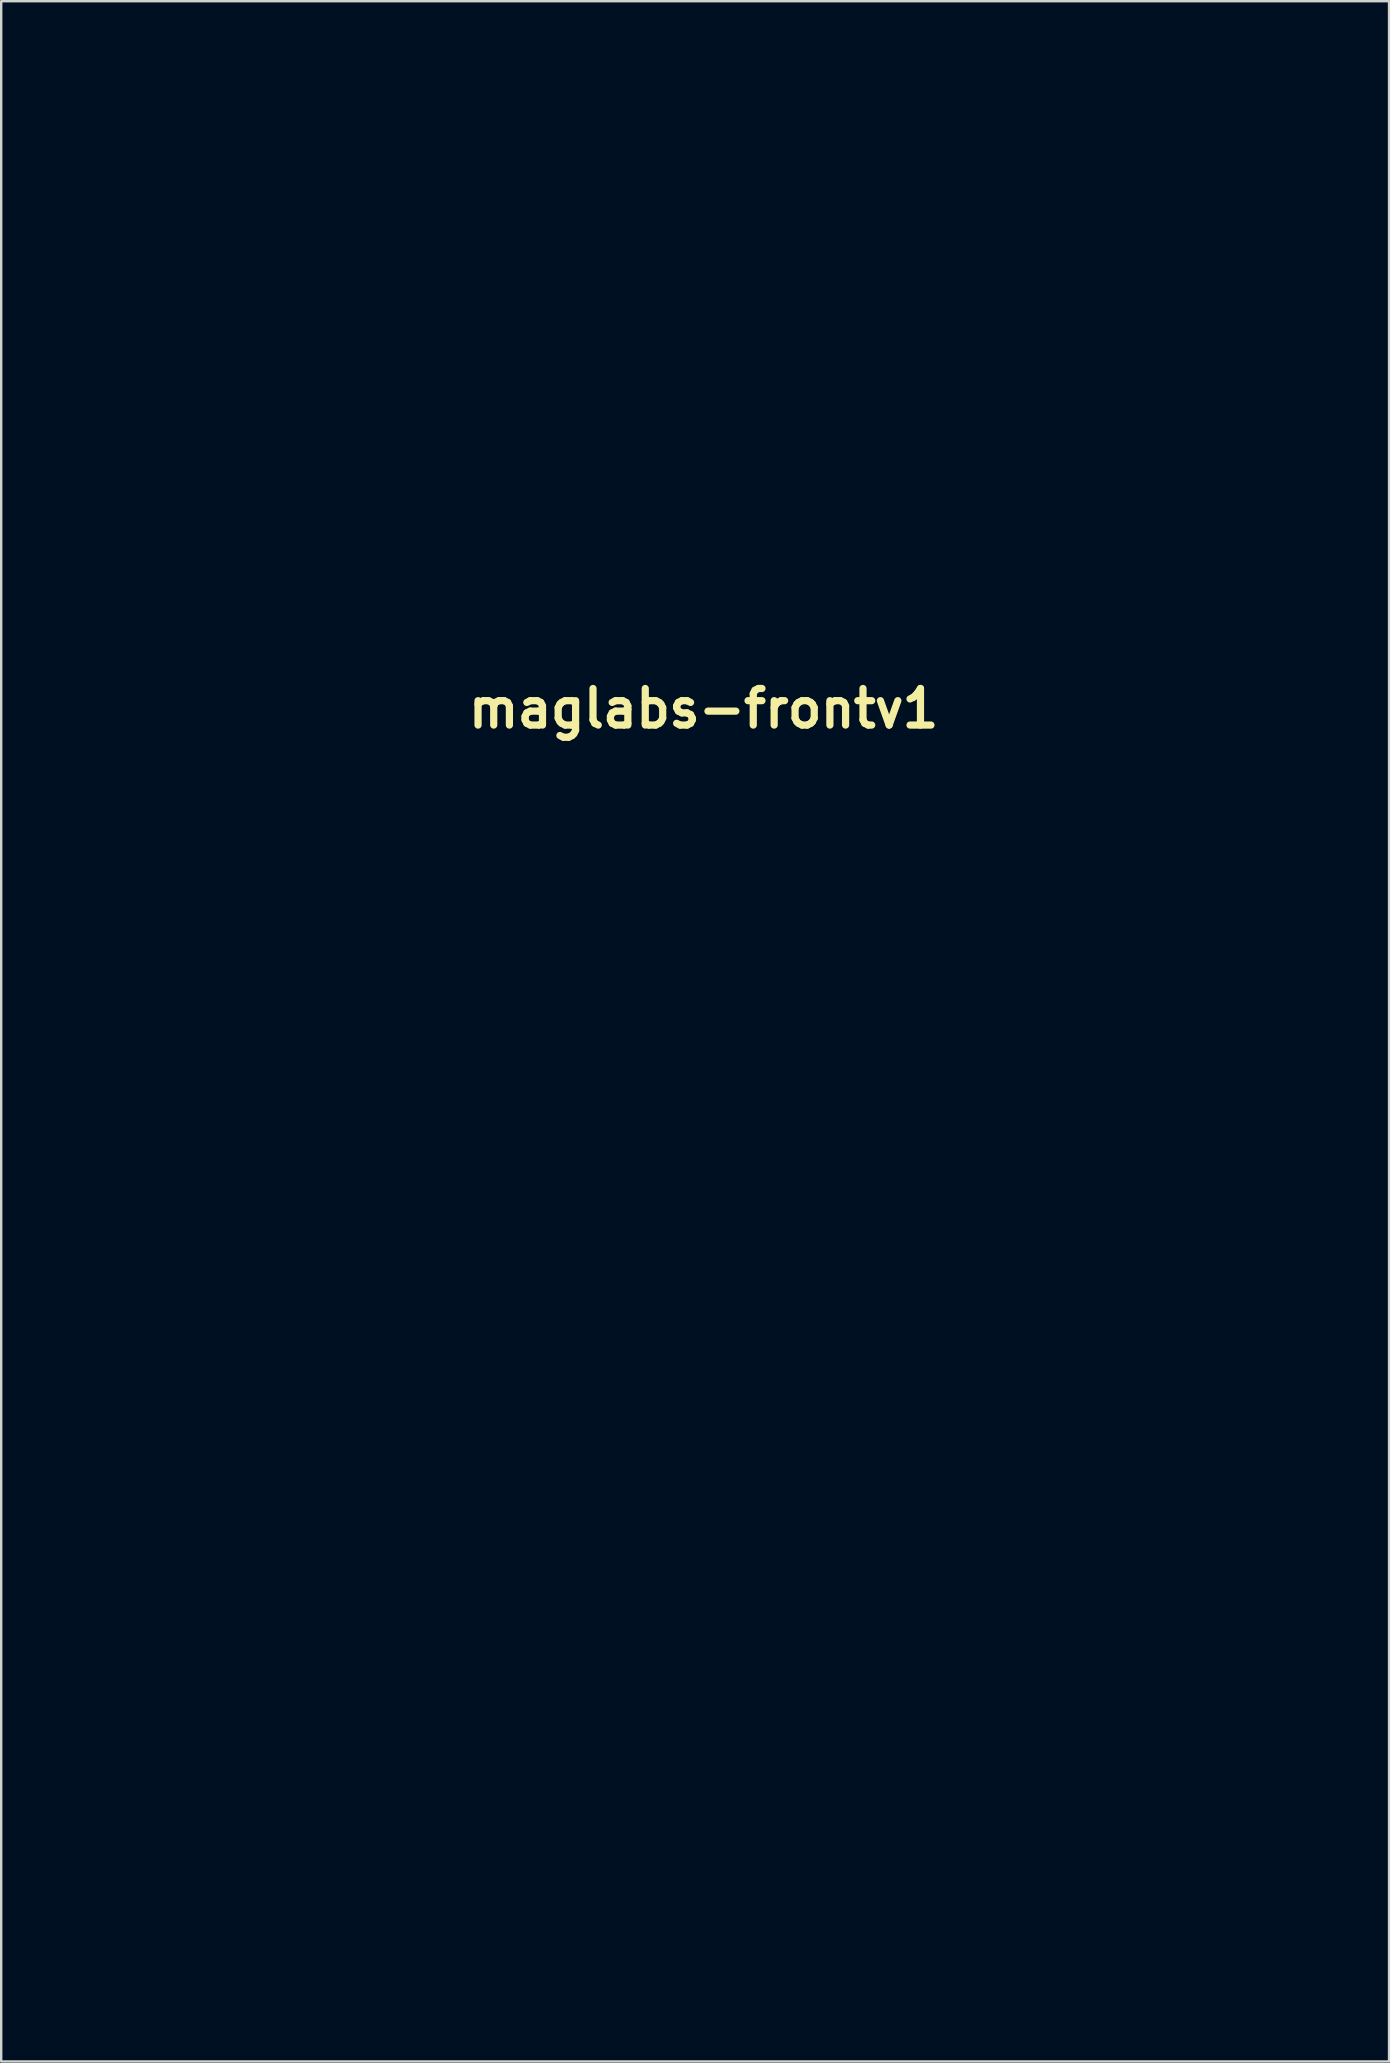
<source format=kicad_pcb>
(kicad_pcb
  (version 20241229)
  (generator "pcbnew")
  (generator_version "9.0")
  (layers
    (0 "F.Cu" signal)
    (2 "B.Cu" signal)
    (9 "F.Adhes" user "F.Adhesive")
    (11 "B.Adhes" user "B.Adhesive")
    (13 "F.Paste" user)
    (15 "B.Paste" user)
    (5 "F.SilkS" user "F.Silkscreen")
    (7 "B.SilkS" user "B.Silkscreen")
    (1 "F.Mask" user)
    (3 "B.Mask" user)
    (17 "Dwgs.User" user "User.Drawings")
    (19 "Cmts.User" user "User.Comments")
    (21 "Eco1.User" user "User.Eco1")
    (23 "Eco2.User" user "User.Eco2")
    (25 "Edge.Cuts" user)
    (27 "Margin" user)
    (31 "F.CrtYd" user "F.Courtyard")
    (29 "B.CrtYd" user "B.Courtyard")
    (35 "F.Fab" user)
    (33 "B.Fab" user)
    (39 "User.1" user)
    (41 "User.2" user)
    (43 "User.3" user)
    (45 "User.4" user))
  (footprint "maglabs-frontv1"
    (layer "F.Cu")
    (at 26.265 26.469)
    (property "Reference" "maglabs-frontv1" (at 0 0 0) (layer "F.SilkS") (effects (font (size 1.524 1.524) (thickness 0.3))))
    (attr through_hole)
    (fp_poly (pts (xy -4.675 -22.22) (xy -4.315 -22.201) (xy -3.962 -22.163) (xy -3.634 -22.109) (xy -3.569 -22.096) (xy -3.056 -21.958) (xy -2.561 -21.774) (xy -2.086 -21.545) (xy -1.636 -21.274) (xy -1.211 -20.963) (xy -0.817 -20.613) (xy -0.454 -20.227) (xy -0.128 -19.807) (xy -0.019 -19.647) (xy 0.255 -19.183) (xy 0.482 -18.702) (xy 0.661 -18.204) (xy 0.791 -17.689) (xy 0.874 -17.158) (xy 0.906 -16.713) (xy 0.901 -16.168) (xy 0.847 -15.634) (xy 0.744 -15.113) (xy 0.595 -14.607) (xy 0.399 -14.119) (xy 0.157 -13.651) (xy -0.129 -13.204) (xy -0.459 -12.782) (xy -0.816 -12.402) (xy -1.146 -12.102) (xy -1.485 -11.84) (xy -1.847 -11.606) (xy -2.245 -11.391) (xy -2.299 -11.364) (xy -2.779 -11.156) (xy -3.266 -10.995) (xy -3.769 -10.878) (xy -4.14 -10.822) (xy -4.278 -10.81) (xy -4.455 -10.802) (xy -4.657 -10.798) (xy -4.873 -10.799) (xy -5.089 -10.804) (xy -5.293 -10.812) (xy -5.472 -10.824) (xy -5.6 -10.838) (xy -6.113 -10.932) (xy -6.613 -11.073) (xy -7.097 -11.26) (xy -7.561 -11.489) (xy -8.003 -11.759) (xy -8.419 -12.067) (xy -8.805 -12.411) (xy -9.16 -12.788) (xy -9.479 -13.196) (xy -9.759 -13.633) (xy -9.762 -13.639) (xy -8.64 -13.639) (xy -8.582 -13.519) (xy -8.529 -13.434) (xy -8.45 -13.334) (xy -8.351 -13.227) (xy -8.241 -13.12) (xy -8.128 -13.02) (xy -8.019 -12.934) (xy -7.923 -12.869) (xy -7.847 -12.833) (xy -7.819 -12.827) (xy -7.792 -12.842) (xy -7.739 -12.88) (xy -7.692 -12.918) (xy -7.604 -12.998) (xy -7.498 -13.105) (xy -7.378 -13.233) (xy -7.249 -13.379) (xy -7.115 -13.536) (xy -6.979 -13.698) (xy -6.848 -13.862) (xy -6.724 -14.02) (xy -6.613 -14.168) (xy -6.518 -14.301) (xy -6.444 -14.412) (xy -6.395 -14.498) (xy -6.376 -14.551) (xy -6.375 -14.555) (xy -6.393 -14.599) (xy -6.44 -14.665) (xy -6.507 -14.743) (xy -6.584 -14.822) (xy -6.66 -14.891) (xy -6.728 -14.941) (xy -6.739 -14.947) (xy -6.827 -14.994) (xy -6.963 -14.924) (xy -7.105 -14.844) (xy -7.269 -14.744) (xy -7.446 -14.627) (xy -7.632 -14.5) (xy -7.819 -14.365) (xy -8 -14.23) (xy -8.169 -14.097) (xy -8.32 -13.973) (xy -8.446 -13.862) (xy -8.54 -13.769) (xy -8.588 -13.713) (xy -8.64 -13.639) (xy -9.762 -13.639) (xy -9.944 -13.983) (xy -10.146 -14.445) (xy -10.301 -14.907) (xy -10.414 -15.375) (xy -10.448 -15.613) (xy -2.919 -15.613) (xy -2.913 -15.562) (xy -2.887 -15.524) (xy -2.836 -15.478) (xy -2.749 -15.417) (xy -2.626 -15.343) (xy -2.473 -15.261) (xy -2.298 -15.173) (xy -2.108 -15.082) (xy -1.91 -14.991) (xy -1.71 -14.905) (xy -1.517 -14.825) (xy -1.336 -14.754) (xy -1.176 -14.697) (xy -1.043 -14.656) (xy -0.945 -14.634) (xy -0.912 -14.631) (xy -0.845 -14.648) (xy -0.805 -14.676) (xy -0.744 -14.765) (xy -0.684 -14.891) (xy -0.63 -15.04) (xy -0.583 -15.2) (xy -0.549 -15.36) (xy -0.529 -15.506) (xy -0.527 -15.627) (xy -0.536 -15.683) (xy -0.558 -15.737) (xy -0.595 -15.775) (xy -0.662 -15.808) (xy -0.693 -15.82) (xy -0.821 -15.86) (xy -0.992 -15.904) (xy -1.196 -15.95) (xy -1.425 -15.995) (xy -1.671 -16.038) (xy -1.924 -16.078) (xy -2.178 -16.112) (xy -2.209 -16.116) (xy -2.385 -16.136) (xy -2.518 -16.149) (xy -2.615 -16.154) (xy -2.684 -16.15) (xy -2.733 -16.137) (xy -2.767 -16.114) (xy -2.792 -16.088) (xy -2.851 -15.984) (xy -2.892 -15.841) (xy -2.913 -15.695) (xy -2.919 -15.613) (xy -10.448 -15.613) (xy -10.484 -15.858) (xy -10.514 -16.365) (xy -10.515 -16.519) (xy -10.502 -16.95) (xy -10.463 -17.352) (xy -10.395 -17.738) (xy -10.296 -18.123) (xy -10.233 -18.321) (xy -10.041 -18.82) (xy -9.807 -19.293) (xy -9.532 -19.738) (xy -9.221 -20.153) (xy -8.874 -20.536) (xy -8.85 -20.558) (xy -6.587 -20.558) (xy -6.556 -20.398) (xy -6.525 -20.27) (xy -6.481 -20.114) (xy -6.424 -19.935) (xy -6.357 -19.741) (xy -6.284 -19.54) (xy -6.207 -19.337) (xy -6.129 -19.141) (xy -6.053 -18.957) (xy -5.98 -18.793) (xy -5.915 -18.656) (xy -5.859 -18.553) (xy -5.815 -18.49) (xy -5.812 -18.486) (xy -5.767 -18.458) (xy -5.702 -18.451) (xy -5.61 -18.465) (xy -5.482 -18.5) (xy -5.461 -18.506) (xy -5.37 -18.54) (xy -5.284 -18.581) (xy -5.264 -18.592) (xy -5.182 -18.643) (xy -5.182 -18.98) (xy -5.186 -19.212) (xy -5.198 -19.45) (xy -5.216 -19.689) (xy -5.24 -19.921) (xy -5.269 -20.142) (xy -5.302 -20.345) (xy -5.338 -20.523) (xy -5.376 -20.671) (xy -5.415 -20.783) (xy -5.455 -20.853) (xy -5.47 -20.867) (xy -5.532 -20.893) (xy -5.61 -20.904) (xy -5.614 -20.904) (xy -5.746 -20.894) (xy -5.901 -20.865) (xy -6.064 -20.822) (xy -6.222 -20.77) (xy -6.362 -20.711) (xy -6.471 -20.652) (xy -6.502 -20.629) (xy -6.587 -20.558) (xy -8.85 -20.558) (xy -8.495 -20.885) (xy -8.086 -21.198) (xy -7.649 -21.474) (xy -7.187 -21.71) (xy -6.703 -21.905) (xy -6.198 -22.055) (xy -5.675 -22.161) (xy -5.347 -22.202) (xy -5.025 -22.221) (xy -4.675 -22.22)) (stroke (width 0.01) (type solid)) (fill yes) (layer "F.Mask"))
    (fp_poly (pts (xy 7.9 -22.196) (xy 7.98 -22.187) (xy 8.512 -22.1) (xy 9.027 -21.966) (xy 9.524 -21.786) (xy 10 -21.562) (xy 10.452 -21.295) (xy 10.878 -20.988) (xy 11.275 -20.642) (xy 11.64 -20.258) (xy 11.97 -19.838) (xy 12.076 -19.685) (xy 12.347 -19.232) (xy 12.577 -18.753) (xy 12.763 -18.252) (xy 12.903 -17.733) (xy 12.954 -17.475) (xy 12.984 -17.263) (xy 13.007 -17.016) (xy 13.021 -16.75) (xy 13.028 -16.48) (xy 13.025 -16.224) (xy 13.013 -15.995) (xy 13.006 -15.92) (xy 12.938 -15.468) (xy 12.832 -15.012) (xy 12.692 -14.564) (xy 12.522 -14.133) (xy 12.326 -13.731) (xy 12.191 -13.5) (xy 11.899 -13.075) (xy 11.565 -12.674) (xy 11.196 -12.301) (xy 10.799 -11.964) (xy 10.378 -11.668) (xy 10.312 -11.626) (xy 9.89 -11.393) (xy 9.436 -11.193) (xy 8.959 -11.029) (xy 8.47 -10.904) (xy 8.052 -10.832) (xy 7.9 -10.817) (xy 7.711 -10.806) (xy 7.498 -10.8) (xy 7.274 -10.799) (xy 7.052 -10.802) (xy 6.844 -10.81) (xy 6.664 -10.822) (xy 6.553 -10.834) (xy 6.013 -10.933) (xy 5.493 -11.079) (xy 4.995 -11.271) (xy 4.52 -11.506) (xy 4.071 -11.785) (xy 3.648 -12.106) (xy 3.629 -12.123) (xy 5.49 -12.123) (xy 5.5 -12.095) (xy 5.522 -12.068) (xy 5.522 -12.068) (xy 5.596 -12.009) (xy 5.704 -11.952) (xy 5.835 -11.901) (xy 5.982 -11.856) (xy 6.133 -11.821) (xy 6.28 -11.797) (xy 6.412 -11.786) (xy 6.521 -11.79) (xy 6.597 -11.812) (xy 6.614 -11.825) (xy 6.649 -11.882) (xy 6.687 -11.982) (xy 6.727 -12.119) (xy 6.768 -12.286) (xy 6.809 -12.476) (xy 6.847 -12.681) (xy 6.883 -12.894) (xy 6.914 -13.11) (xy 6.939 -13.32) (xy 6.957 -13.518) (xy 6.967 -13.696) (xy 6.969 -13.754) (xy 6.972 -14.034) (xy 6.849 -14.095) (xy 6.697 -14.147) (xy 6.542 -14.168) (xy 6.359 -14.179) (xy 6.28 -14.056) (xy 6.201 -13.921) (xy 6.11 -13.749) (xy 6.013 -13.549) (xy 5.913 -13.331) (xy 5.815 -13.106) (xy 5.723 -12.884) (xy 5.643 -12.676) (xy 5.577 -12.491) (xy 5.532 -12.339) (xy 5.531 -12.337) (xy 5.505 -12.232) (xy 5.491 -12.165) (xy 5.49 -12.123) (xy 3.629 -12.123) (xy 3.254 -12.469) (xy 2.89 -12.872) (xy 2.747 -13.052) (xy 2.463 -13.465) (xy 2.214 -13.909) (xy 2.003 -14.379) (xy 1.833 -14.867) (xy 1.706 -15.367) (xy 1.627 -15.862) (xy 1.612 -16.04) (xy 1.604 -16.252) (xy 1.601 -16.485) (xy 1.605 -16.721) (xy 1.614 -16.948) (xy 1.629 -17.148) (xy 1.639 -17.239) (xy 1.643 -17.259) (xy 9.258 -17.259) (xy 9.263 -17.115) (xy 9.281 -16.982) (xy 9.321 -16.851) (xy 9.378 -16.738) (xy 9.445 -16.659) (xy 9.446 -16.658) (xy 9.476 -16.637) (xy 9.51 -16.623) (xy 9.557 -16.615) (xy 9.626 -16.613) (xy 9.729 -16.616) (xy 9.842 -16.622) (xy 10.004 -16.631) (xy 10.191 -16.645) (xy 10.379 -16.662) (xy 10.528 -16.677) (xy 10.723 -16.702) (xy 10.92 -16.731) (xy 11.109 -16.763) (xy 11.28 -16.797) (xy 11.424 -16.831) (xy 11.531 -16.862) (xy 11.564 -16.874) (xy 11.646 -16.927) (xy 11.685 -16.983) (xy 11.697 -17.064) (xy 11.691 -17.178) (xy 11.668 -17.317) (xy 11.632 -17.468) (xy 11.585 -17.621) (xy 11.531 -17.765) (xy 11.472 -17.887) (xy 11.45 -17.924) (xy 11.376 -18.041) (xy 11.244 -18.027) (xy 11.14 -18.008) (xy 10.998 -17.97) (xy 10.826 -17.917) (xy 10.632 -17.851) (xy 10.423 -17.775) (xy 10.209 -17.693) (xy 9.996 -17.606) (xy 9.792 -17.519) (xy 9.607 -17.434) (xy 9.524 -17.393) (xy 9.258 -17.259) (xy 1.643 -17.259) (xy 1.731 -17.756) (xy 1.871 -18.265) (xy 2.056 -18.76) (xy 2.236 -19.135) (xy 3.723 -19.135) (xy 3.732 -19.082) (xy 3.784 -19.003) (xy 3.876 -18.898) (xy 4.009 -18.768) (xy 4.18 -18.614) (xy 4.291 -18.52) (xy 4.459 -18.382) (xy 4.629 -18.246) (xy 4.797 -18.116) (xy 4.956 -17.996) (xy 5.102 -17.89) (xy 5.23 -17.802) (xy 5.334 -17.734) (xy 5.409 -17.692) (xy 5.448 -17.678) (xy 5.485 -17.692) (xy 5.545 -17.728) (xy 5.582 -17.753) (xy 5.725 -17.885) (xy 5.84 -18.049) (xy 5.851 -18.07) (xy 5.873 -18.12) (xy 5.873 -18.163) (xy 5.85 -18.221) (xy 5.837 -18.248) (xy 5.765 -18.377) (xy 5.673 -18.526) (xy 5.564 -18.689) (xy 5.443 -18.861) (xy 5.314 -19.036) (xy 5.182 -19.209) (xy 5.05 -19.375) (xy 4.922 -19.527) (xy 4.805 -19.661) (xy 4.7 -19.771) (xy 4.614 -19.851) (xy 4.549 -19.897) (xy 4.531 -19.904) (xy 4.456 -19.898) (xy 4.357 -19.85) (xy 4.235 -19.761) (xy 4.095 -19.633) (xy 4.078 -19.617) (xy 3.963 -19.494) (xy 3.862 -19.37) (xy 3.782 -19.255) (xy 3.732 -19.161) (xy 3.723 -19.135) (xy 2.236 -19.135) (xy 2.284 -19.237) (xy 2.553 -19.688) (xy 2.845 -20.091) (xy 2.989 -20.26) (xy 3.164 -20.446) (xy 3.357 -20.636) (xy 3.556 -20.82) (xy 3.749 -20.985) (xy 3.896 -21.101) (xy 4.338 -21.398) (xy 4.805 -21.651) (xy 5.291 -21.859) (xy 5.794 -22.022) (xy 6.309 -22.138) (xy 6.835 -22.206) (xy 7.366 -22.226) (xy 7.9 -22.196)) (stroke (width 0.01) (type solid)) (fill yes) (layer "F.Mask"))
    (fp_poly (pts (xy 8.313 -26.464) (xy 9.047 -26.464) (xy 9.737 -26.463) (xy 10.384 -26.463) (xy 10.988 -26.462) (xy 11.551 -26.462) (xy 12.073 -26.461) (xy 12.556 -26.461) (xy 12.999 -26.46) (xy 13.404 -26.459) (xy 13.771 -26.458) (xy 14.102 -26.456) (xy 14.396 -26.455) (xy 14.655 -26.454) (xy 14.88 -26.452) (xy 15.071 -26.451) (xy 15.229 -26.449) (xy 15.355 -26.447) (xy 15.449 -26.445) (xy 15.513 -26.443) (xy 15.543 -26.441) (xy 16.146 -26.362) (xy 16.735 -26.235) (xy 17.308 -26.062) (xy 17.863 -25.844) (xy 18.398 -25.585) (xy 18.911 -25.285) (xy 19.398 -24.946) (xy 19.858 -24.571) (xy 20.289 -24.16) (xy 20.688 -23.716) (xy 21.052 -23.241) (xy 21.381 -22.736) (xy 21.67 -22.203) (xy 21.918 -21.644) (xy 22.035 -21.331) (xy 22.19 -20.821) (xy 22.314 -20.27) (xy 22.406 -19.681) (xy 22.408 -19.66) (xy 22.413 -19.59) (xy 22.418 -19.473) (xy 22.423 -19.314) (xy 22.427 -19.115) (xy 22.43 -18.881) (xy 22.434 -18.616) (xy 22.436 -18.323) (xy 22.439 -18.007) (xy 22.44 -17.671) (xy 22.442 -17.319) (xy 22.443 -16.956) (xy 22.444 -16.584) (xy 22.444 -16.208) (xy 22.444 -15.833) (xy 22.443 -15.461) (xy 22.442 -15.096) (xy 22.44 -14.743) (xy 22.438 -14.406) (xy 22.436 -14.087) (xy 22.433 -13.792) (xy 22.43 -13.524) (xy 22.426 -13.287) (xy 22.422 -13.085) (xy 22.418 -12.922) (xy 22.413 -12.801) (xy 22.408 -12.727) (xy 22.407 -12.725) (xy 22.347 -12.307) (xy 22.261 -11.877) (xy 22.154 -11.453) (xy 22.03 -11.049) (xy 21.931 -10.778) (xy 21.681 -10.209) (xy 21.39 -9.668) (xy 21.059 -9.157) (xy 20.691 -8.676) (xy 20.289 -8.228) (xy 19.854 -7.815) (xy 19.389 -7.437) (xy 18.896 -7.098) (xy 18.377 -6.797) (xy 17.834 -6.538) (xy 17.27 -6.321) (xy 16.686 -6.148) (xy 16.086 -6.022) (xy 15.494 -5.945) (xy 15.448 -5.943) (xy 15.359 -5.941) (xy 15.225 -5.939) (xy 15.048 -5.937) (xy 14.826 -5.935) (xy 14.56 -5.934) (xy 14.248 -5.932) (xy 13.891 -5.931) (xy 13.488 -5.929) (xy 13.04 -5.928) (xy 12.545 -5.927) (xy 12.003 -5.926) (xy 11.415 -5.925) (xy 10.779 -5.924) (xy 10.096 -5.924) (xy 9.365 -5.923) (xy 8.586 -5.923) (xy 7.758 -5.922) (xy 6.882 -5.922) (xy 5.957 -5.922) (xy 4.982 -5.922) (xy 3.958 -5.922) (xy 2.884 -5.922) (xy 1.759 -5.922) (xy 0.927 -5.922) (xy 0.077 -5.923) (xy -0.76 -5.923) (xy -1.584 -5.923) (xy -2.392 -5.924) (xy -3.184 -5.924) (xy -3.957 -5.924) (xy -4.711 -5.925) (xy -5.443 -5.925) (xy -6.153 -5.925) (xy -6.839 -5.926) (xy -7.5 -5.926) (xy -8.134 -5.927) (xy -8.739 -5.927) (xy -9.314 -5.928) (xy -9.859 -5.928) (xy -10.37 -5.929) (xy -10.848 -5.929) (xy -11.29 -5.93) (xy -11.694 -5.93) (xy -12.061 -5.931) (xy -12.387 -5.932) (xy -12.672 -5.932) (xy -12.915 -5.933) (xy -13.113 -5.933) (xy -13.265 -5.934) (xy -13.37 -5.934) (xy -13.427 -5.935) (xy -13.437 -5.935) (xy -13.666 -5.959) (xy -13.858 -5.981) (xy -14.025 -6.003) (xy -14.179 -6.028) (xy -14.333 -6.057) (xy -14.351 -6.06) (xy -14.949 -6.204) (xy -15.531 -6.395) (xy -16.094 -6.632) (xy -16.636 -6.912) (xy -17.154 -7.234) (xy -17.645 -7.596) (xy -18.105 -7.997) (xy -18.533 -8.434) (xy -18.925 -8.906) (xy -18.961 -8.954) (xy -19.318 -9.47) (xy -19.629 -10.007) (xy -19.893 -10.565) (xy -20.11 -11.141) (xy -20.28 -11.735) (xy -20.402 -12.347) (xy -20.471 -12.916) (xy -20.475 -12.99) (xy -20.479 -13.11) (xy -20.482 -13.273) (xy -20.485 -13.475) (xy -20.488 -13.711) (xy -20.49 -13.978) (xy -20.492 -14.272) (xy -20.494 -14.587) (xy -20.495 -14.922) (xy -20.496 -15.27) (xy -20.497 -15.629) (xy -20.497 -15.994) (xy -20.497 -16.299) (xy -18.504 -16.299) (xy -18.503 -16.18) (xy -18.503 -15.836) (xy -18.502 -15.537) (xy -18.5 -15.278) (xy -18.496 -15.054) (xy -18.491 -14.86) (xy -18.483 -14.689) (xy -18.472 -14.537) (xy -18.458 -14.398) (xy -18.44 -14.267) (xy -18.418 -14.139) (xy -18.392 -14.007) (xy -18.361 -13.868) (xy -18.324 -13.715) (xy -18.303 -13.627) (xy -18.131 -13.035) (xy -17.916 -12.464) (xy -17.657 -11.917) (xy -17.359 -11.396) (xy -17.022 -10.902) (xy -16.649 -10.437) (xy -16.242 -10.003) (xy -15.804 -9.602) (xy -15.335 -9.237) (xy -14.84 -8.907) (xy -14.319 -8.617) (xy -13.775 -8.367) (xy -13.209 -8.159) (xy -12.625 -7.995) (xy -12.024 -7.877) (xy -11.633 -7.826) (xy -11.594 -7.825) (xy -11.505 -7.824) (xy -11.369 -7.822) (xy -11.186 -7.821) (xy -10.959 -7.82) (xy -10.688 -7.819) (xy -10.375 -7.817) (xy -10.022 -7.816) (xy -9.631 -7.815) (xy -9.202 -7.814) (xy -8.737 -7.813) (xy -8.238 -7.812) (xy -7.706 -7.812) (xy -7.143 -7.811) (xy -6.55 -7.81) (xy -5.929 -7.81) (xy -5.281 -7.809) (xy -4.608 -7.809) (xy -3.911 -7.808) (xy -3.192 -7.808) (xy -2.452 -7.808) (xy -1.693 -7.807) (xy -0.916 -7.807) (xy -0.122 -7.807) (xy 0.686 -7.808) (xy 1.092 -7.808) (xy 13.602 -7.811) (xy 13.945 -7.868) (xy 14.578 -7.997) (xy 15.189 -8.171) (xy 15.776 -8.39) (xy 16.34 -8.653) (xy 16.879 -8.961) (xy 17.393 -9.313) (xy 17.602 -9.475) (xy 17.762 -9.61) (xy 17.943 -9.773) (xy 18.133 -9.956) (xy 18.324 -10.146) (xy 18.504 -10.335) (xy 18.665 -10.512) (xy 18.784 -10.655) (xy 19.14 -11.138) (xy 19.459 -11.65) (xy 19.738 -12.185) (xy 19.975 -12.735) (xy 20.167 -13.296) (xy 20.292 -13.78) (xy 20.327 -13.942) (xy 20.357 -14.09) (xy 20.382 -14.231) (xy 20.402 -14.369) (xy 20.419 -14.512) (xy 20.432 -14.666) (xy 20.442 -14.836) (xy 20.45 -15.03) (xy 20.456 -15.253) (xy 20.461 -15.512) (xy 20.464 -15.813) (xy 20.466 -15.951) (xy 20.468 -16.308) (xy 20.469 -16.621) (xy 20.468 -16.893) (xy 20.464 -17.132) (xy 20.457 -17.344) (xy 20.447 -17.533) (xy 20.434 -17.706) (xy 20.418 -17.868) (xy 20.398 -18.024) (xy 20.374 -18.182) (xy 20.367 -18.224) (xy 20.244 -18.807) (xy 20.072 -19.385) (xy 19.855 -19.949) (xy 19.596 -20.495) (xy 19.296 -21.017) (xy 19.028 -21.412) (xy 18.641 -21.903) (xy 18.22 -22.358) (xy 17.768 -22.775) (xy 17.286 -23.154) (xy 16.778 -23.492) (xy 16.245 -23.788) (xy 15.69 -24.04) (xy 15.116 -24.248) (xy 14.525 -24.409) (xy 14.161 -24.482) (xy 14.111 -24.491) (xy 14.065 -24.5) (xy 14.021 -24.508) (xy 13.977 -24.515) (xy 13.933 -24.523) (xy 13.887 -24.529) (xy 13.837 -24.536) (xy 13.782 -24.542) (xy 13.721 -24.547) (xy 13.652 -24.552) (xy 13.574 -24.557) (xy 13.486 -24.562) (xy 13.386 -24.566) (xy 13.273 -24.57) (xy 13.145 -24.573) (xy 13.001 -24.577) (xy 12.84 -24.58) (xy 12.66 -24.582) (xy 12.46 -24.585) (xy 12.239 -24.587) (xy 11.994 -24.589) (xy 11.726 -24.591) (xy 11.432 -24.592) (xy 11.11 -24.594) (xy 10.761 -24.595) (xy 10.381 -24.596) (xy 9.971 -24.597) (xy 9.528 -24.598) (xy 9.051 -24.598) (xy 8.539 -24.599) (xy 7.99 -24.599) (xy 7.403 -24.599) (xy 6.777 -24.6) (xy 6.109 -24.6) (xy 5.4 -24.6) (xy 4.647 -24.6) (xy 3.849 -24.6) (xy 3.005 -24.6) (xy 2.113 -24.6) (xy 1.172 -24.6) (xy 0.953 -24.6) (xy 0.007 -24.6) (xy -0.89 -24.6) (xy -1.738 -24.6) (xy -2.54 -24.6) (xy -3.296 -24.6) (xy -4.008 -24.6) (xy -4.678 -24.599) (xy -5.307 -24.599) (xy -5.895 -24.599) (xy -6.446 -24.599) (xy -6.959 -24.598) (xy -7.436 -24.598) (xy -7.879 -24.597) (xy -8.289 -24.597) (xy -8.667 -24.596) (xy -9.015 -24.595) (xy -9.334 -24.594) (xy -9.626 -24.593) (xy -9.891 -24.592) (xy -10.132 -24.591) (xy -10.349 -24.59) (xy -10.544 -24.589) (xy -10.719 -24.587) (xy -10.874 -24.586) (xy -11.011 -24.584) (xy -11.132 -24.582) (xy -11.237 -24.58) (xy -11.329 -24.578) (xy -11.408 -24.575) (xy -11.476 -24.573) (xy -11.534 -24.57) (xy -11.583 -24.568) (xy -11.626 -24.565) (xy -11.663 -24.562) (xy -11.696 -24.558) (xy -11.726 -24.555) (xy -11.731 -24.554) (xy -12.36 -24.453) (xy -12.963 -24.308) (xy -13.541 -24.12) (xy -14.097 -23.887) (xy -14.633 -23.61) (xy -15.151 -23.286) (xy -15.291 -23.188) (xy -15.722 -22.855) (xy -16.14 -22.48) (xy -16.536 -22.072) (xy -16.903 -21.64) (xy -17.231 -21.193) (xy -17.373 -20.976) (xy -17.63 -20.528) (xy -17.862 -20.049) (xy -18.063 -19.553) (xy -18.229 -19.052) (xy -18.353 -18.558) (xy -18.362 -18.515) (xy -18.391 -18.373) (xy -18.415 -18.246) (xy -18.436 -18.128) (xy -18.453 -18.014) (xy -18.467 -17.9) (xy -18.478 -17.778) (xy -18.487 -17.645) (xy -18.493 -17.494) (xy -18.498 -17.322) (xy -18.501 -17.121) (xy -18.503 -16.887) (xy -18.503 -16.615) (xy -18.504 -16.299) (xy -20.497 -16.299) (xy -20.497 -16.362) (xy -20.497 -16.727) (xy -20.497 -17.087) (xy -20.496 -17.436) (xy -20.494 -17.772) (xy -20.493 -18.089) (xy -20.491 -18.384) (xy -20.488 -18.654) (xy -20.486 -18.893) (xy -20.483 -19.097) (xy -20.479 -19.264) (xy -20.476 -19.388) (xy -20.472 -19.465) (xy -20.471 -19.469) (xy -20.399 -20.066) (xy -20.285 -20.639) (xy -20.126 -21.199) (xy -19.949 -21.687) (xy -19.696 -22.251) (xy -19.399 -22.79) (xy -19.062 -23.301) (xy -18.686 -23.782) (xy -18.273 -24.231) (xy -17.825 -24.646) (xy -17.344 -25.025) (xy -16.832 -25.365) (xy -16.292 -25.665) (xy -15.938 -25.832) (xy -15.521 -26.001) (xy -15.083 -26.147) (xy -14.616 -26.271) (xy -14.112 -26.378) (xy -13.945 -26.408) (xy -13.924 -26.411) (xy -13.901 -26.414) (xy -13.874 -26.417) (xy -13.841 -26.42) (xy -13.801 -26.422) (xy -13.754 -26.425) (xy -13.698 -26.427) (xy -13.631 -26.43) (xy -13.553 -26.432) (xy -13.462 -26.434) (xy -13.356 -26.436) (xy -13.236 -26.437) (xy -13.099 -26.439) (xy -12.944 -26.441) (xy -12.769 -26.442) (xy -12.575 -26.444) (xy -12.359 -26.445) (xy -12.12 -26.446) (xy -11.857 -26.447) (xy -11.568 -26.448) (xy -11.253 -26.449) (xy -10.91 -26.45) (xy -10.538 -26.451) (xy -10.136 -26.452) (xy -9.702 -26.453) (xy -9.235 -26.454) (xy -8.734 -26.454) (xy -8.198 -26.455) (xy -7.625 -26.456) (xy -7.014 -26.456) (xy -6.364 -26.457) (xy -5.674 -26.457) (xy -4.943 -26.458) (xy -4.168 -26.459) (xy -3.349 -26.459) (xy -2.485 -26.46) (xy -1.575 -26.46) (xy -0.616 -26.461) (xy 0.391 -26.461) (xy 0.775 -26.462) (xy 1.887 -26.462) (xy 2.949 -26.463) (xy 3.961 -26.463) (xy 4.926 -26.463) (xy 5.842 -26.464) (xy 6.712 -26.464) (xy 7.535 -26.464) (xy 8.313 -26.464)) (stroke (width 0.01) (type solid)) (fill yes) (layer "F.Mask"))
    (fp_poly (pts (xy 0.818 18.961) (xy 1.979 18.961) (xy 3.091 18.961) (xy 4.156 18.961) (xy 5.174 18.961) (xy 6.146 18.962) (xy 7.073 18.962) (xy 7.955 18.962) (xy 8.795 18.962) (xy 9.593 18.963) (xy 10.35 18.963) (xy 11.067 18.963) (xy 11.744 18.964) (xy 12.384 18.964) (xy 12.986 18.965) (xy 13.552 18.966) (xy 14.083 18.966) (xy 14.58 18.967) (xy 15.044 18.968) (xy 15.475 18.969) (xy 15.875 18.969) (xy 16.244 18.97) (xy 16.585 18.971) (xy 16.897 18.973) (xy 17.181 18.974) (xy 17.439 18.975) (xy 17.672 18.976) (xy 17.88 18.978) (xy 18.064 18.979) (xy 18.226 18.98) (xy 18.367 18.982) (xy 18.487 18.984) (xy 18.587 18.985) (xy 18.669 18.987) (xy 18.733 18.989) (xy 18.78 18.991) (xy 18.812 18.993) (xy 18.821 18.994) (xy 19.436 19.095) (xy 20.032 19.242) (xy 20.607 19.434) (xy 21.16 19.667) (xy 21.689 19.94) (xy 22.192 20.252) (xy 22.668 20.601) (xy 23.114 20.984) (xy 23.529 21.4) (xy 23.91 21.846) (xy 24.257 22.322) (xy 24.566 22.824) (xy 24.837 23.352) (xy 25.068 23.902) (xy 25.256 24.475) (xy 25.4 25.066) (xy 25.498 25.675) (xy 25.526 25.946) (xy 25.528 25.998) (xy 25.53 26.098) (xy 25.532 26.245) (xy 25.534 26.436) (xy 25.536 26.669) (xy 25.538 26.943) (xy 25.539 27.254) (xy 25.541 27.602) (xy 25.542 27.983) (xy 25.544 28.396) (xy 25.545 28.838) (xy 25.546 29.307) (xy 25.547 29.802) (xy 25.548 30.319) (xy 25.549 30.858) (xy 25.55 31.415) (xy 25.551 31.989) (xy 25.551 32.578) (xy 25.552 33.178) (xy 25.552 33.789) (xy 25.552 34.408) (xy 25.553 35.033) (xy 25.553 35.662) (xy 25.553 36.293) (xy 25.553 36.923) (xy 25.553 37.55) (xy 25.552 38.173) (xy 25.552 38.789) (xy 25.552 39.396) (xy 25.551 39.991) (xy 25.55 40.574) (xy 25.55 41.141) (xy 25.549 41.69) (xy 25.548 42.22) (xy 25.547 42.728) (xy 25.546 43.212) (xy 25.545 43.67) (xy 25.543 44.1) (xy 25.542 44.499) (xy 25.54 44.866) (xy 25.539 45.198) (xy 25.537 45.493) (xy 25.535 45.75) (xy 25.533 45.966) (xy 25.531 46.138) (xy 25.529 46.265) (xy 25.527 46.344) (xy 25.526 46.368) (xy 25.448 46.988) (xy 25.322 47.594) (xy 25.15 48.183) (xy 24.933 48.753) (xy 24.671 49.302) (xy 24.368 49.827) (xy 24.023 50.327) (xy 23.639 50.799) (xy 23.216 51.24) (xy 22.757 51.649) (xy 22.261 52.023) (xy 21.99 52.203) (xy 21.467 52.506) (xy 20.917 52.766) (xy 20.347 52.982) (xy 19.759 53.152) (xy 19.159 53.275) (xy 18.796 53.326) (xy 18.771 53.329) (xy 18.739 53.331) (xy 18.699 53.333) (xy 18.649 53.335) (xy 18.59 53.337) (xy 18.519 53.339) (xy 18.436 53.341) (xy 18.34 53.343) (xy 18.229 53.345) (xy 18.102 53.346) (xy 17.959 53.348) (xy 17.798 53.349) (xy 17.618 53.35) (xy 17.419 53.352) (xy 17.199 53.353) (xy 16.956 53.354) (xy 16.691 53.355) (xy 16.401 53.356) (xy 16.086 53.357) (xy 15.745 53.358) (xy 15.377 53.358) (xy 14.98 53.359) (xy 14.553 53.36) (xy 14.096 53.36) (xy 13.607 53.361) (xy 13.086 53.361) (xy 12.531 53.362) (xy 11.941 53.362) (xy 11.315 53.362) (xy 10.652 53.363) (xy 9.951 53.363) (xy 9.21 53.363) (xy 8.43 53.363) (xy 7.608 53.363) (xy 6.744 53.363) (xy 5.836 53.363) (xy 4.884 53.363) (xy 3.886 53.363) (xy 2.841 53.363) (xy 1.749 53.363) (xy 0.608 53.363) (xy -0.394 53.363) (xy -1.607 53.362) (xy -2.771 53.362) (xy -3.886 53.362) (xy -4.954 53.362) (xy -5.974 53.361) (xy -6.948 53.361) (xy -7.877 53.361) (xy -8.762 53.36) (xy -9.603 53.36) (xy -10.403 53.359) (xy -11.161 53.359) (xy -11.879 53.358) (xy -12.557 53.358) (xy -13.197 53.357) (xy -13.8 53.357) (xy -14.366 53.356) (xy -14.897 53.355) (xy -15.393 53.354) (xy -15.855 53.353) (xy -16.285 53.352) (xy -16.683 53.351) (xy -17.05 53.35) (xy -17.387 53.349) (xy -17.696 53.348) (xy -17.977 53.347) (xy -18.23 53.346) (xy -18.458 53.344) (xy -18.66 53.343) (xy -18.839 53.341) (xy -18.994 53.34) (xy -19.127 53.338) (xy -19.239 53.336) (xy -19.33 53.335) (xy -19.402 53.333) (xy -19.456 53.331) (xy -19.493 53.329) (xy -19.507 53.327) (xy -20.125 53.227) (xy -20.724 53.081) (xy -21.304 52.889) (xy -21.863 52.654) (xy -22.398 52.377) (xy -22.907 52.061) (xy -23.389 51.706) (xy -23.841 51.314) (xy -24.261 50.887) (xy -24.648 50.427) (xy -24.998 49.935) (xy -25.312 49.414) (xy -25.417 49.201) (xy 10.389 49.201) (xy 11.106 49.194) (xy 11.824 49.187) (xy 11.824 36.335) (xy 13.945 36.335) (xy 13.945 37.312) (xy 13.945 38.24) (xy 13.945 39.119) (xy 13.945 39.951) (xy 13.945 40.737) (xy 13.945 41.478) (xy 13.946 42.176) (xy 13.946 42.831) (xy 13.946 43.445) (xy 13.947 44.018) (xy 13.948 44.553) (xy 13.948 45.05) (xy 13.949 45.51) (xy 13.95 45.935) (xy 13.951 46.326) (xy 13.952 46.683) (xy 13.953 47.009) (xy 13.954 47.305) (xy 13.955 47.57) (xy 13.956 47.808) (xy 13.958 48.018) (xy 13.959 48.203) (xy 13.961 48.363) (xy 13.963 48.499) (xy 13.964 48.613) (xy 13.966 48.706) (xy 13.969 48.779) (xy 13.971 48.833) (xy 13.973 48.87) (xy 13.976 48.89) (xy 13.978 48.895) (xy 14.014 48.887) (xy 14.087 48.866) (xy 14.185 48.835) (xy 14.263 48.809) (xy 14.551 48.706) (xy 14.824 48.597) (xy 15.107 48.472) (xy 15.145 48.454) (xy 15.392 48.339) (xy 15.392 37.298) (xy 17.502 37.298) (xy 17.502 38.22) (xy 17.502 39.096) (xy 17.502 39.925) (xy 17.503 40.708) (xy 17.503 41.443) (xy 17.504 42.131) (xy 17.505 42.772) (xy 17.506 43.365) (xy 17.507 43.91) (xy 17.508 44.406) (xy 17.509 44.855) (xy 17.511 45.254) (xy 17.512 45.605) (xy 17.514 45.906) (xy 17.516 46.158) (xy 17.518 46.36) (xy 17.52 46.512) (xy 17.522 46.614) (xy 17.524 46.666) (xy 17.526 46.673) (xy 17.55 46.648) (xy 17.6 46.592) (xy 17.668 46.512) (xy 17.748 46.417) (xy 17.763 46.398) (xy 18.142 45.897) (xy 18.476 45.374) (xy 18.764 44.828) (xy 19.006 44.261) (xy 19.202 43.674) (xy 19.351 43.068) (xy 19.453 42.444) (xy 19.482 42.177) (xy 19.485 42.119) (xy 19.487 42.013) (xy 19.49 41.862) (xy 19.492 41.669) (xy 19.495 41.437) (xy 19.497 41.168) (xy 19.499 40.866) (xy 19.5 40.533) (xy 19.502 40.172) (xy 19.503 39.787) (xy 19.504 39.379) (xy 19.505 38.953) (xy 19.506 38.51) (xy 19.507 38.054) (xy 19.507 37.587) (xy 19.508 37.113) (xy 19.508 36.634) (xy 19.508 36.153) (xy 19.508 35.673) (xy 19.507 35.198) (xy 19.507 34.729) (xy 19.506 34.269) (xy 19.505 33.823) (xy 19.504 33.391) (xy 19.503 32.978) (xy 19.501 32.586) (xy 19.5 32.219) (xy 19.498 31.878) (xy 19.496 31.567) (xy 19.494 31.289) (xy 19.492 31.047) (xy 19.49 30.843) (xy 19.487 30.68) (xy 19.485 30.562) (xy 19.482 30.491) (xy 19.481 30.48) (xy 19.405 29.892) (xy 19.286 29.311) (xy 19.125 28.744) (xy 18.924 28.196) (xy 18.685 27.676) (xy 18.558 27.438) (xy 18.407 27.183) (xy 18.239 26.92) (xy 18.061 26.661) (xy 17.881 26.418) (xy 17.708 26.202) (xy 17.607 26.086) (xy 17.503 25.971) (xy 17.502 36.33) (xy 17.502 37.298) (xy 15.392 37.298) (xy 15.392 24.33) (xy 15.145 24.215) (xy 14.994 24.147) (xy 14.83 24.077) (xy 14.66 24.008) (xy 14.493 23.942) (xy 14.336 23.884) (xy 14.197 23.835) (xy 14.084 23.798) (xy 14.005 23.778) (xy 13.978 23.774) (xy 13.975 23.782) (xy 13.973 23.804) (xy 13.97 23.844) (xy 13.968 23.901) (xy 13.966 23.977) (xy 13.964 24.073) (xy 13.962 24.191) (xy 13.961 24.331) (xy 13.959 24.494) (xy 13.957 24.683) (xy 13.956 24.898) (xy 13.955 25.14) (xy 13.954 25.41) (xy 13.952 25.71) (xy 13.951 26.041) (xy 13.95 26.404) (xy 13.95 26.8) (xy 13.949 27.231) (xy 13.948 27.697) (xy 13.947 28.2) (xy 13.947 28.741) (xy 13.946 29.321) (xy 13.946 29.941) (xy 13.946 30.603) (xy 13.945 31.307) (xy 13.945 32.055) (xy 13.945 32.849) (xy 13.945 33.688) (xy 13.945 34.575) (xy 13.945 35.511) (xy 13.945 36.335) (xy 11.824 36.335) (xy 11.824 23.482) (xy 10.389 23.469) (xy 10.389 49.201) (xy -25.417 49.201) (xy -25.585 48.864) (xy -25.816 48.287) (xy -25.894 48.059) (xy -26.004 47.685) (xy -26.091 47.316) (xy -26.158 46.939) (xy -26.206 46.54) (xy -26.237 46.107) (xy -26.24 46.063) (xy -26.242 45.984) (xy -26.245 45.858) (xy -26.247 45.684) (xy -26.249 45.463) (xy -26.251 45.194) (xy -26.253 44.877) (xy -26.254 44.511) (xy -26.256 44.097) (xy -26.257 43.635) (xy -26.258 43.123) (xy -26.258 42.563) (xy -26.259 41.953) (xy -26.259 41.294) (xy -26.26 40.586) (xy -26.26 39.827) (xy -26.259 39.019) (xy -26.259 38.161) (xy -26.258 37.252) (xy -26.258 36.384) (xy -21.25 36.384) (xy -21.25 36.87) (xy -21.25 37.352) (xy -21.249 37.829) (xy -21.248 38.297) (xy -21.247 38.753) (xy -21.246 39.195) (xy -21.244 39.62) (xy -21.242 40.024) (xy -21.24 40.406) (xy -21.238 40.761) (xy -21.236 41.088) (xy -21.233 41.383) (xy -21.23 41.645) (xy -21.227 41.868) (xy -21.224 42.052) (xy -21.22 42.193) (xy -21.217 42.289) (xy -21.214 42.329) (xy -21.118 42.952) (xy -20.982 43.546) (xy -20.805 44.114) (xy -20.585 44.66) (xy -20.322 45.188) (xy -20.014 45.702) (xy -19.975 45.761) (xy -19.885 45.894) (xy -19.79 46.027) (xy -19.697 46.155) (xy -19.61 46.27) (xy -19.534 46.367) (xy -19.474 46.438) (xy -19.435 46.477) (xy -19.425 46.482) (xy -19.423 46.457) (xy -19.422 46.383) (xy -19.421 46.261) (xy -19.419 46.094) (xy -19.418 45.882) (xy -19.417 45.629) (xy -19.416 45.335) (xy -19.415 45.002) (xy -19.414 44.631) (xy -19.413 44.226) (xy -19.412 43.786) (xy -19.411 43.314) (xy -19.41 42.812) (xy -19.409 42.282) (xy -19.409 41.724) (xy -19.408 41.141) (xy -19.407 40.534) (xy -19.407 39.906) (xy -19.406 39.257) (xy -19.406 38.59) (xy -19.406 37.906) (xy -19.406 37.207) (xy -19.406 36.495) (xy -19.406 36.333) (xy -19.406 35.455) (xy -19.406 34.613) (xy -19.406 33.805) (xy -19.407 33.033) (xy -19.407 32.298) (xy -19.408 31.6) (xy -19.408 30.94) (xy -19.409 30.32) (xy -19.41 29.74) (xy -19.411 29.201) (xy -19.412 28.703) (xy -19.414 28.247) (xy -19.415 27.835) (xy -19.416 27.467) (xy -19.418 27.144) (xy -19.42 26.866) (xy -19.421 26.635) (xy -19.423 26.452) (xy -19.425 26.316) (xy -19.427 26.23) (xy -19.429 26.193) (xy -19.43 26.192) (xy -19.459 26.217) (xy -19.512 26.277) (xy -19.583 26.365) (xy -19.666 26.473) (xy -19.756 26.595) (xy -19.848 26.722) (xy -19.936 26.849) (xy -19.977 26.909) (xy -20.278 27.4) (xy -20.537 27.902) (xy -20.755 28.42) (xy -20.935 28.959) (xy -21.077 29.525) (xy -21.185 30.123) (xy -21.215 30.34) (xy -21.219 30.397) (xy -21.223 30.502) (xy -21.226 30.652) (xy -21.229 30.844) (xy -21.232 31.075) (xy -21.235 31.343) (xy -21.237 31.645) (xy -21.24 31.978) (xy -21.242 32.339) (xy -21.244 32.725) (xy -21.245 33.134) (xy -21.247 33.562) (xy -21.248 34.007) (xy -21.249 34.466) (xy -21.25 34.936) (xy -21.25 35.414) (xy -21.25 35.898) (xy -21.25 36.384) (xy -26.258 36.384) (xy -26.258 36.293) (xy -26.257 35.763) (xy -26.256 34.921) (xy -26.256 34.129) (xy -26.255 33.384) (xy -26.254 32.685) (xy -26.253 32.031) (xy -26.253 31.421) (xy -26.252 30.851) (xy -26.251 30.322) (xy -26.25 29.831) (xy -26.249 29.378) (xy -26.248 28.96) (xy -26.247 28.575) (xy -26.246 28.224) (xy -26.245 27.903) (xy -26.244 27.611) (xy -26.242 27.347) (xy -26.241 27.11) (xy -26.239 26.897) (xy -26.238 26.707) (xy -26.236 26.54) (xy -26.234 26.392) (xy -26.232 26.263) (xy -26.23 26.151) (xy -26.227 26.054) (xy -26.225 25.972) (xy -26.222 25.901) (xy -26.219 25.842) (xy -26.216 25.793) (xy -26.213 25.751) (xy -26.209 25.715) (xy -26.206 25.685) (xy -26.205 25.679) (xy -26.097 25.05) (xy -25.949 24.446) (xy -25.94 24.418) (xy -17.297 24.418) (xy -17.297 48.251) (xy -16.948 48.42) (xy -16.808 48.485) (xy -16.655 48.554) (xy -16.496 48.622) (xy -16.34 48.686) (xy -16.195 48.744) (xy -16.069 48.791) (xy -15.97 48.825) (xy -15.906 48.842) (xy -15.894 48.843) (xy -15.891 48.842) (xy -15.887 48.836) (xy -15.884 48.825) (xy -15.882 48.807) (xy -15.879 48.782) (xy -15.876 48.747) (xy -15.874 48.701) (xy -15.872 48.643) (xy -15.87 48.572) (xy -15.868 48.487) (xy -15.866 48.385) (xy -15.864 48.266) (xy -15.862 48.129) (xy -15.861 47.972) (xy -15.86 47.794) (xy -15.858 47.593) (xy -15.857 47.368) (xy -15.856 47.118) (xy -15.855 46.842) (xy -15.854 46.538) (xy -15.854 46.205) (xy -15.853 45.842) (xy -15.852 45.447) (xy -15.852 45.018) (xy -15.851 44.556) (xy -15.851 44.058) (xy -15.851 43.523) (xy -15.85 42.949) (xy -15.85 42.336) (xy -15.85 42.309) (xy -13.737 42.309) (xy -13.737 42.97) (xy -13.737 43.606) (xy -13.737 44.216) (xy -13.736 44.798) (xy -13.736 45.35) (xy -13.736 45.872) (xy -13.736 46.361) (xy -13.735 46.816) (xy -13.735 47.236) (xy -13.734 47.619) (xy -13.734 47.963) (xy -13.733 48.267) (xy -13.733 48.53) (xy -13.732 48.75) (xy -13.732 48.925) (xy -13.731 49.054) (xy -13.73 49.136) (xy -13.73 49.168) (xy -13.729 49.168) (xy -13.715 49.178) (xy -13.677 49.186) (xy -13.611 49.191) (xy -13.511 49.194) (xy -13.374 49.196) (xy -13.196 49.195) (xy -12.999 49.194) (xy -12.281 49.187) (xy -12.281 23.482) (xy -13.729 23.482) (xy -13.735 36.309) (xy -13.736 37.114) (xy -13.736 37.907) (xy -13.736 38.685) (xy -13.736 39.447) (xy -13.737 40.192) (xy -13.737 40.918) (xy -13.737 41.625) (xy -13.737 42.309) (xy -15.85 42.309) (xy -15.85 41.682) (xy -15.85 40.986) (xy -15.85 40.246) (xy -15.85 39.462) (xy -15.85 38.631) (xy -15.85 37.752) (xy -15.85 36.825) (xy -15.85 36.335) (xy -15.85 35.377) (xy -15.85 34.469) (xy -15.85 33.609) (xy -15.85 32.796) (xy -15.85 32.029) (xy -15.85 31.306) (xy -15.85 30.626) (xy -15.851 29.988) (xy -15.851 29.39) (xy -15.851 28.831) (xy -15.852 28.311) (xy -15.852 27.827) (xy -15.853 27.378) (xy -15.853 26.963) (xy -15.854 26.581) (xy -15.855 26.231) (xy -15.856 25.91) (xy -15.857 25.619) (xy -15.858 25.355) (xy -15.859 25.117) (xy -15.86 24.905) (xy -15.862 24.716) (xy -15.863 24.549) (xy -15.865 24.403) (xy -15.866 24.278) (xy -15.868 24.171) (xy -15.87 24.081) (xy -15.872 24.007) (xy -15.875 23.947) (xy -15.877 23.901) (xy -15.879 23.868) (xy -15.882 23.844) (xy -15.885 23.831) (xy -15.888 23.825) (xy -15.889 23.825) (xy -15.937 23.835) (xy -16.025 23.863) (xy -16.142 23.906) (xy -16.281 23.96) (xy -16.435 24.022) (xy -16.595 24.09) (xy -16.752 24.16) (xy -16.9 24.228) (xy -16.923 24.238) (xy -17.297 24.418) (xy -25.94 24.418) (xy -25.792 23.957) (xy -25.651 23.605) (xy -25.588 23.47) (xy -10.16 23.47) (xy -10.16 49.2) (xy -8.712 49.2) (xy -8.712 42.309) (xy -6.599 42.309) (xy -6.599 42.97) (xy -6.599 43.606) (xy -6.599 44.216) (xy -6.599 44.798) (xy -6.599 45.35) (xy -6.599 45.872) (xy -6.598 46.361) (xy -6.598 46.816) (xy -6.598 47.236) (xy -6.597 47.619) (xy -6.597 47.963) (xy -6.596 48.268) (xy -6.596 48.53) (xy -6.595 48.75) (xy -6.594 48.925) (xy -6.594 49.054) (xy -6.593 49.136) (xy -6.592 49.168) (xy -6.592 49.169) (xy -6.577 49.179) (xy -6.537 49.187) (xy -6.467 49.192) (xy -6.363 49.195) (xy -6.219 49.196) (xy -6.031 49.194) (xy -5.989 49.194) (xy -5.397 49.187) (xy -5.397 23.482) (xy -6.591 23.482) (xy -6.598 36.309) (xy -6.598 37.114) (xy -6.599 37.907) (xy -6.599 38.685) (xy -6.599 39.447) (xy -6.599 40.192) (xy -6.599 40.918) (xy -6.599 41.625) (xy -6.599 42.309) (xy -8.712 42.309) (xy -8.712 23.47) (xy -3.277 23.47) (xy -3.277 49.2) (xy -1.829 49.2) (xy -1.829 42.309) (xy 0.284 42.309) (xy 0.284 42.97) (xy 0.284 43.606) (xy 0.284 44.216) (xy 0.284 44.798) (xy 0.285 45.35) (xy 0.285 45.872) (xy 0.285 46.361) (xy 0.285 46.816) (xy 0.286 47.236) (xy 0.286 47.619) (xy 0.287 47.963) (xy 0.287 48.267) (xy 0.288 48.53) (xy 0.288 48.75) (xy 0.289 48.925) (xy 0.29 49.054) (xy 0.29 49.136) (xy 0.291 49.168) (xy 0.291 49.168) (xy 0.306 49.178) (xy 0.344 49.186) (xy 0.41 49.191) (xy 0.51 49.194) (xy 0.646 49.196) (xy 0.825 49.195) (xy 1.022 49.194) (xy 1.74 49.187) (xy 1.74 23.482) (xy 0.292 23.482) (xy 0.286 36.309) (xy 0.285 37.114) (xy 0.285 37.907) (xy 0.285 38.685) (xy 0.284 39.447) (xy 0.284 40.192) (xy 0.284 40.918) (xy 0.284 41.625) (xy 0.284 42.309) (xy -1.829 42.309) (xy -1.829 23.47) (xy 3.861 23.47) (xy 3.861 49.2) (xy 5.309 49.2) (xy 5.309 42.309) (xy 7.421 42.309) (xy 7.421 42.97) (xy 7.422 43.606) (xy 7.422 44.216) (xy 7.422 44.798) (xy 7.422 45.35) (xy 7.422 45.872) (xy 7.423 46.361) (xy 7.423 46.816) (xy 7.423 47.236) (xy 7.424 47.619) (xy 7.424 47.963) (xy 7.425 48.268) (xy 7.425 48.53) (xy 7.426 48.75) (xy 7.427 48.925) (xy 7.427 49.054) (xy 7.428 49.136) (xy 7.429 49.168) (xy 7.429 49.169) (xy 7.446 49.181) (xy 7.49 49.19) (xy 7.566 49.194) (xy 7.682 49.196) (xy 7.841 49.194) (xy 7.854 49.194) (xy 8.268 49.187) (xy 8.268 23.482) (xy 7.429 23.482) (xy 7.423 36.309) (xy 7.423 37.114) (xy 7.422 37.907) (xy 7.422 38.685) (xy 7.422 39.447) (xy 7.422 40.192) (xy 7.421 40.918) (xy 7.421 41.625) (xy 7.421 42.309) (xy 5.309 42.309) (xy 5.309 23.47) (xy 3.861 23.47) (xy -1.829 23.47) (xy -3.277 23.47) (xy -8.712 23.47) (xy -10.16 23.47) (xy -25.588 23.47) (xy -25.477 23.234) (xy -25.277 22.857) (xy -25.059 22.488) (xy -24.829 22.139) (xy -24.594 21.823) (xy -24.571 21.793) (xy -24.439 21.637) (xy -24.279 21.461) (xy -24.103 21.275) (xy -23.921 21.093) (xy -23.745 20.924) (xy -23.586 20.78) (xy -23.546 20.746) (xy -23.054 20.364) (xy -22.542 20.027) (xy -22.009 19.736) (xy -21.453 19.489) (xy -20.872 19.286) (xy -20.265 19.125) (xy -19.71 19.02) (xy -19.342 18.961) (xy -0.394 18.961) (xy 0.818 18.961)) (stroke (width 0.01) (type solid)) (fill yes) (layer "F.Mask")))
  (gr_rect
    (start -3 -3)
    (end 54.822 82.837)
    (stroke (width 0.1) (type default))
    (fill no)
    (layer "Edge.Cuts")))
</source>
